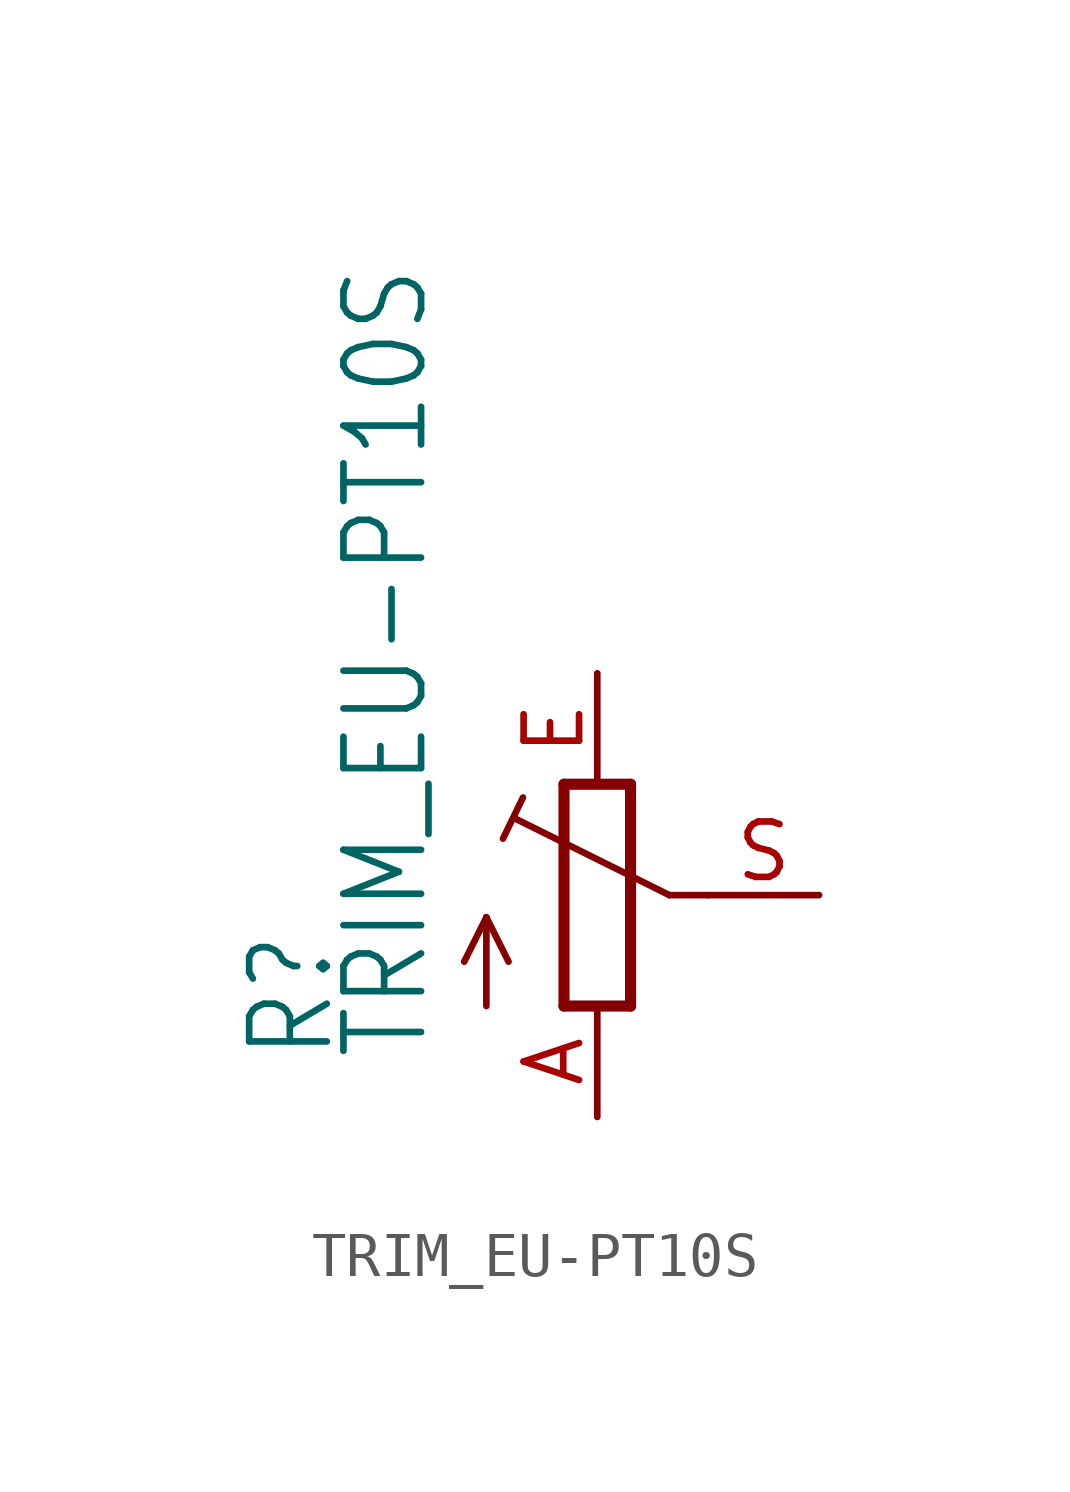
<source format=kicad_sym>
(kicad_symbol_lib
  (version 20211014)
  (generator kicad_symbol_editor)
  (symbol "TRIM_EU-PT10S"
    (property "Reference" "R"
      (at -5.969 -3.81 90)
      (effects (font (size 1.778 1.511)) (justify left bottom)))
    (property "Value" "TRIM_EU-PT10S"
      (at -3.81 -3.81 90)
      (effects (font (size 1.778 1.511)) (justify left bottom)))
    (property "ki_locked" ""
      (at 0 0 0)
      (effects (font (size 1.27 1.27))))
    (symbol "TRIM_EU-PT10S_1_0"
      (polyline (pts (xy -2.54 -2.54) (xy -2.54 -0.508)) (stroke (width 0.152) (type default) (color 0 0 0 0)) (fill (type none)))
      (polyline (pts (xy -2.54 -0.508) (xy -3.048 -1.524)) (stroke (width 0.152) (type default) (color 0 0 0 0)) (fill (type none)))
      (polyline (pts (xy -2.54 -0.508) (xy -2.032 -1.524)) (stroke (width 0.152) (type default) (color 0 0 0 0)) (fill (type none)))
      (polyline (pts (xy -2.16 1.294) (xy -1.702 2.235)) (stroke (width 0.152) (type default) (color 0 0 0 0)) (fill (type none)))
      (polyline (pts (xy -0.762 -2.54) (xy 0.762 -2.54)) (stroke (width 0.254) (type default) (color 0 0 0 0)) (fill (type none)))
      (polyline (pts (xy -0.762 2.54) (xy -0.762 -2.54)) (stroke (width 0.254) (type default) (color 0 0 0 0)) (fill (type none)))
      (polyline (pts (xy 0.762 -2.54) (xy 0.762 2.54)) (stroke (width 0.254) (type default) (color 0 0 0 0)) (fill (type none)))
      (polyline (pts (xy 0.762 2.54) (xy -0.762 2.54)) (stroke (width 0.254) (type default) (color 0 0 0 0)) (fill (type none)))
      (polyline (pts (xy 1.651 0) (xy -1.88 1.753)) (stroke (width 0.152) (type default) (color 0 0 0 0)) (fill (type none)))
      (polyline (pts (xy 2.54 0) (xy 1.651 0)) (stroke (width 0.152) (type default) (color 0 0 0 0)) (fill (type none)))
      (pin passive line (at 0 -5.08 90) (length 2.54) (name "A" (effects (font (size 0 0)))) (number "A" (effects (font (size 1.27 1.27)))))
      (pin passive line (at 0 5.08 270) (length 2.54) (name "E" (effects (font (size 0 0)))) (number "E" (effects (font (size 1.27 1.27)))))
      (pin passive line (at 5.08 0 180) (length 2.54) (name "S" (effects (font (size 0 0)))) (number "S" (effects (font (size 1.27 1.27))))))))
</source>
